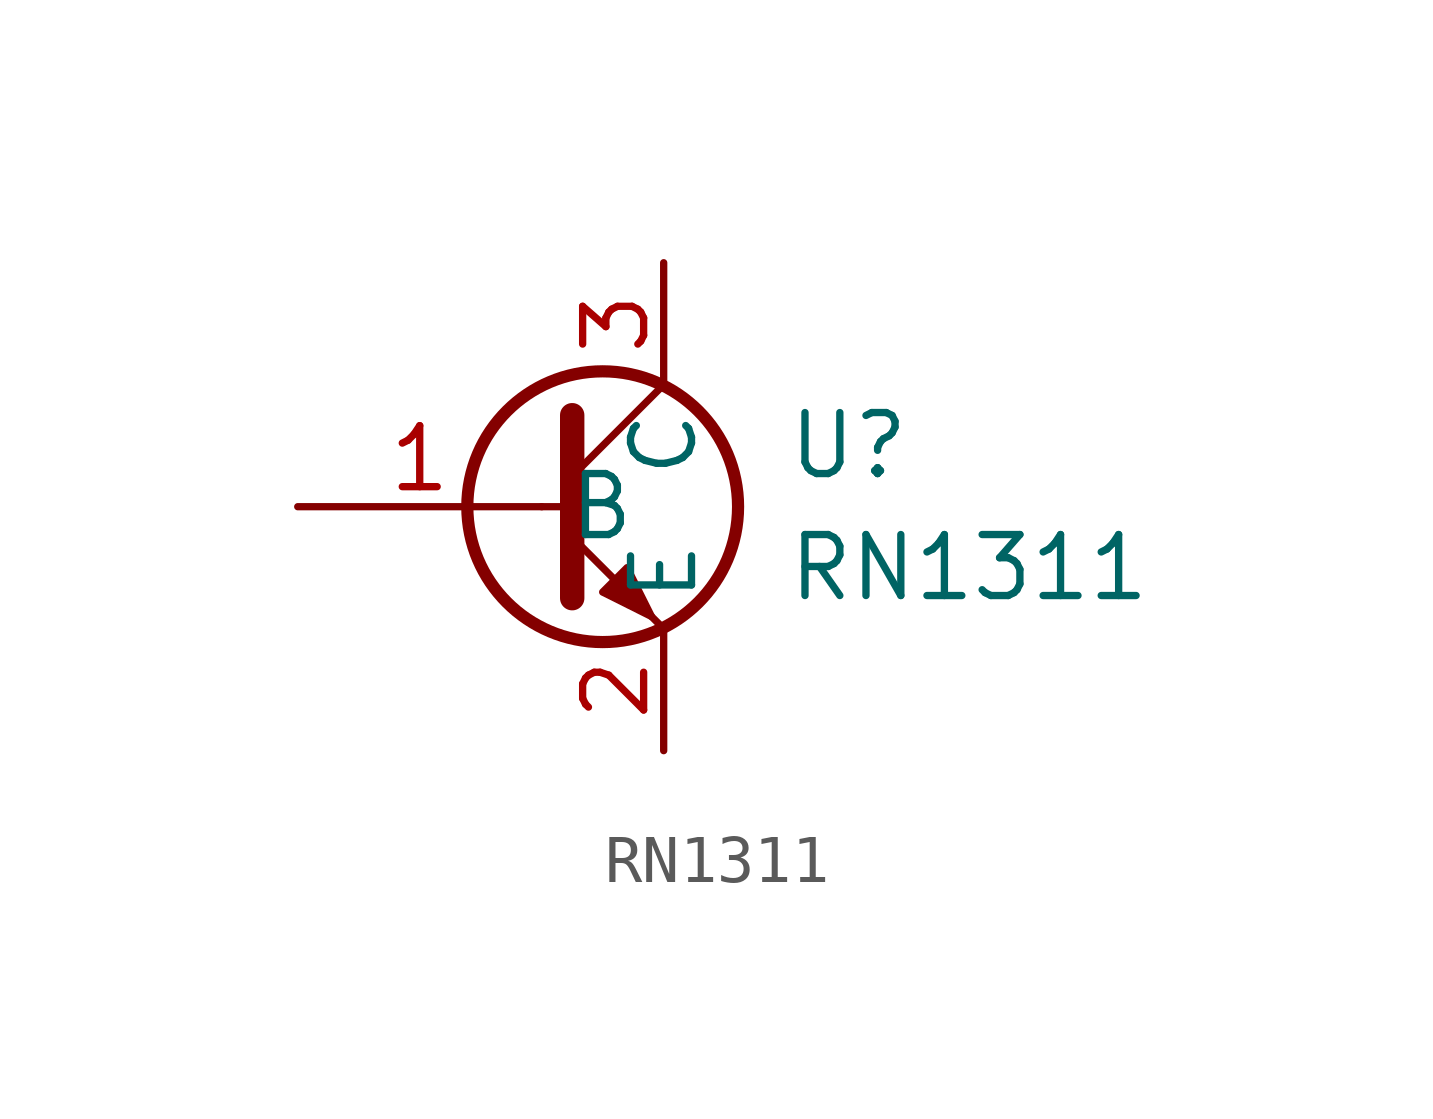
<source format=kicad_sym>
(kicad_symbol_lib
  (version 20201005)
  (generator kicad_symbol_editor)
  (symbol "CustomSymbols:RN1311"
    (property "Reference" "U"
      (at 3.81 1.27 0)
      (effects (font (size 1.27 1.27)) (justify left)))
    (property "Value" "RN1311"
      (at 3.81 -1.27 0)
      (effects (font (size 1.27 1.27)) (justify left)))
    (symbol "RN1311_0_1"
      (circle (center 0 0) (radius 2.819) (stroke (width 0.254)) (fill (type none)))
      (polyline (pts (xy -1.27 0) (xy -0.635 0)) (stroke (width 0)) (fill (type none)))
      (polyline (pts (xy -0.635 0.635) (xy 1.27 2.54)) (stroke (width 0)) (fill (type none)))
      (polyline (pts (xy -0.635 -0.635) (xy 1.27 -2.54) (xy 1.27 -2.54)) (stroke (width 0)) (fill (type none)))
      (polyline (pts (xy -0.635 1.905) (xy -0.635 -1.905) (xy -0.635 -1.905)) (stroke (width 0.508)) (fill (type none)))
      (polyline (pts (xy 0 -1.778) (xy 0.508 -1.27) (xy 1.016 -2.286) (xy 0 -1.778) (xy 0 -1.778)) (stroke (width 0)) (fill (type outline))))
    (symbol "RN1311_1_1"
      (pin passive line (at 1.27 5.08 270) (length 2.54) (name "C" (effects (font (size 1.27 1.27)))) (number "3" (effects (font (size 1.27 1.27)))))
      (pin input line (at -6.35 0 0) (length 5.08) (name "B" (effects (font (size 1.27 1.27)))) (number "1" (effects (font (size 1.27 1.27)))))
      (pin passive line (at 1.27 -5.08 90) (length 2.54) (name "E" (effects (font (size 1.27 1.27)))) (number "2" (effects (font (size 1.27 1.27))))))))
</source>
